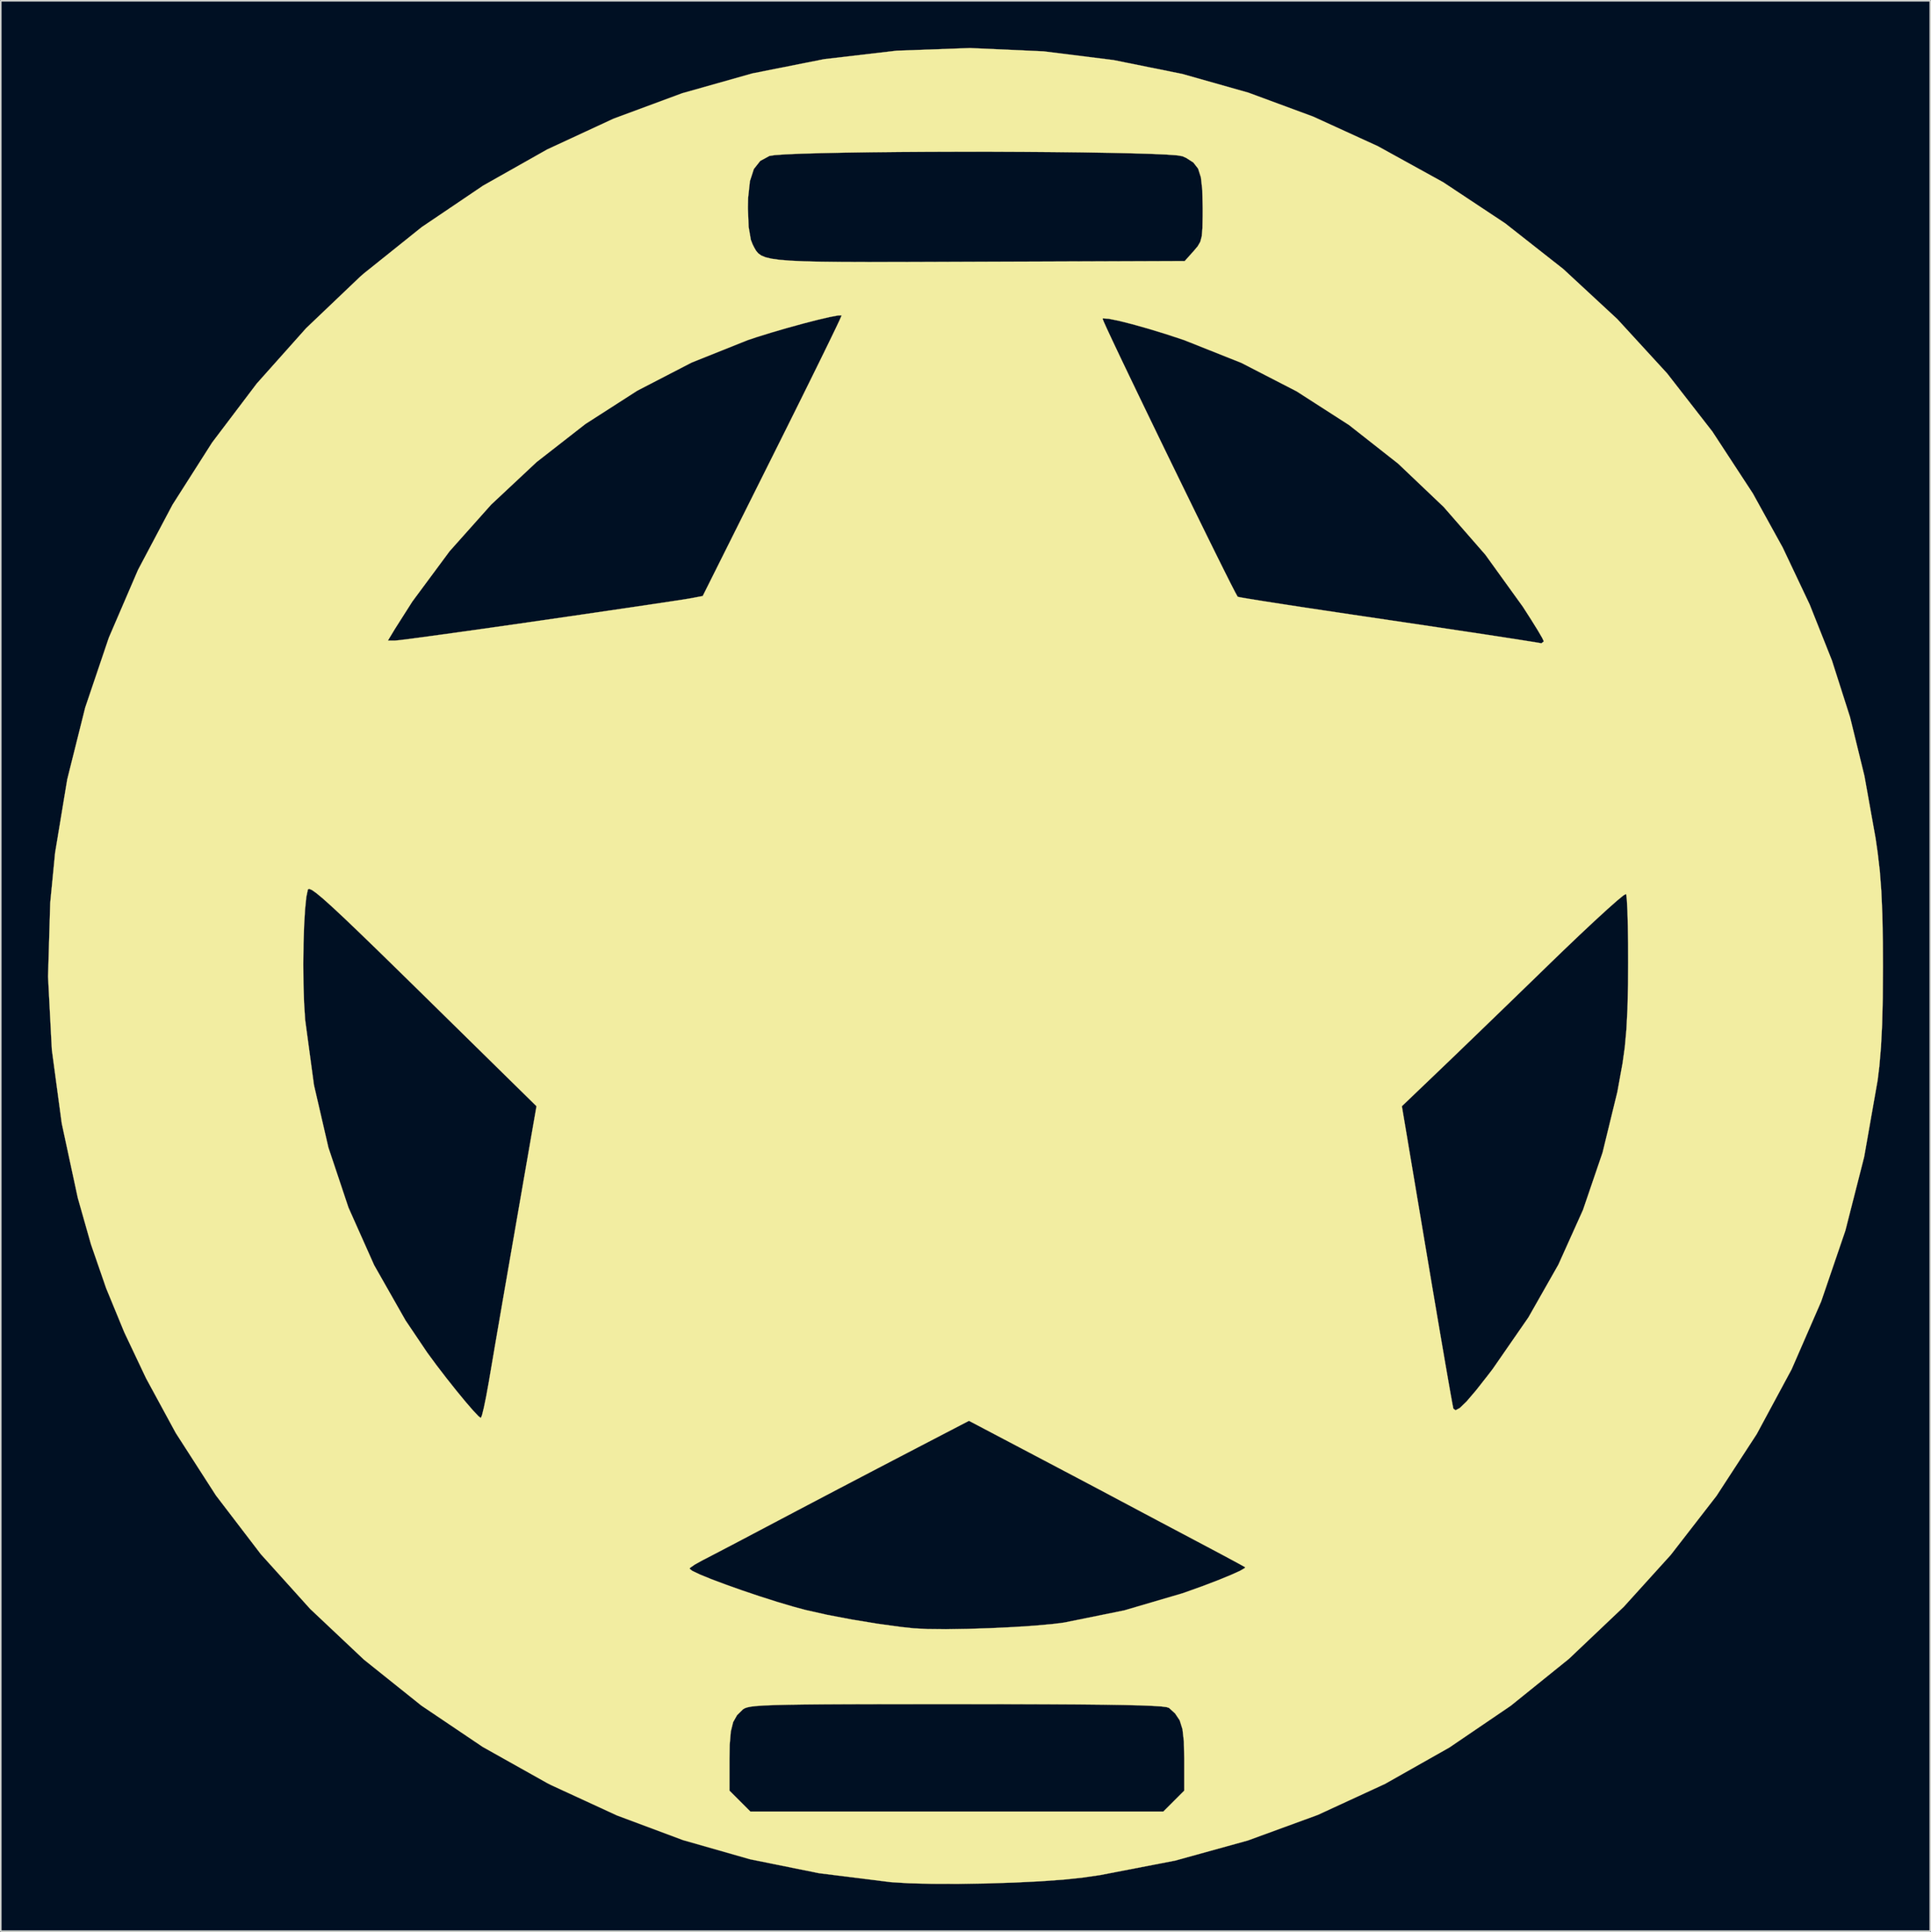
<source format=kicad_pcb>
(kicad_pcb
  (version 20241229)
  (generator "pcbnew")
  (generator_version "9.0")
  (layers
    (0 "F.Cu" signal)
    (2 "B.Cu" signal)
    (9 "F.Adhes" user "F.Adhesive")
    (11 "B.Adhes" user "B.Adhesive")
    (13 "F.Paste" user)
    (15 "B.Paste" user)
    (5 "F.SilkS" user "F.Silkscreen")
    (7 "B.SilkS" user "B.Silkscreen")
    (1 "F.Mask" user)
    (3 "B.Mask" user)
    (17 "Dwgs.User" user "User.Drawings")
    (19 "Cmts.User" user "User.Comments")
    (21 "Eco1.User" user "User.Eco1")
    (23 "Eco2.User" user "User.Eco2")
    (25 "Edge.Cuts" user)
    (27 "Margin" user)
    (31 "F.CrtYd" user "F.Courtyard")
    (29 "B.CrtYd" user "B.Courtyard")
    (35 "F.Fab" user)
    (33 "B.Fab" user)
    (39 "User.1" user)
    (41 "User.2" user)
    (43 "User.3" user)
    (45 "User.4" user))
  (footprint "PCB_Shape_01_130dpi"
    (layer "F.Cu")
    (at 58.378 58.386)
    (property "Reference" "PCB_Shape_01_130dpi" (at 0 0 0) (layer "F.SilkS") (effects (font (size 1.524 1.524) (thickness 0.3))))
    (attr through_hole)
    (fp_poly (pts (xy 4.93 -58.172) (xy 9.378 -57.617) (xy 13.747 -56.735) (xy 17.952 -55.545) (xy 22.073 -54.022) (xy 26.182 -52.143) (xy 30.342 -49.848) (xy 34.277 -47.24) (xy 37.971 -44.336) (xy 41.409 -41.151) (xy 44.575 -37.7) (xy 47.454 -34) (xy 50.028 -30.065) (xy 51.929 -26.621) (xy 53.641 -23.005) (xy 55.057 -19.446) (xy 56.207 -15.847) (xy 57.122 -12.11) (xy 57.833 -8.139) (xy 57.964 -7.229) (xy 58.099 -6.073) (xy 58.197 -4.788) (xy 58.261 -3.305) (xy 58.295 -1.554) (xy 58.302 0) (xy 58.289 2.001) (xy 58.248 3.682) (xy 58.176 5.111) (xy 58.07 6.359) (xy 57.964 7.229) (xy 57.105 12.116) (xy 55.908 16.807) (xy 54.371 21.306) (xy 52.494 25.614) (xy 50.275 29.733) (xy 47.714 33.666) (xy 44.809 37.414) (xy 41.822 40.712) (xy 38.333 44.023) (xy 34.633 47.007) (xy 30.732 49.659) (xy 26.639 51.973) (xy 22.362 53.946) (xy 17.912 55.573) (xy 13.296 56.85) (xy 8.524 57.771) (xy 7.425 57.93) (xy 6.224 58.058) (xy 4.734 58.165) (xy 3.054 58.247) (xy 1.278 58.303) (xy -0.494 58.331) (xy -2.166 58.327) (xy -3.64 58.29) (xy -4.787 58.22) (xy -9.351 57.651) (xy -13.733 56.766) (xy -17.995 55.548) (xy -22.195 53.98) (xy -26.395 52.044) (xy -26.621 51.929) (xy -29.319 50.416) (xy -15.045 50.416) (xy -15.045 52.402) (xy -13.716 53.731) (xy 12.544 53.731) (xy 13.208 53.066) (xy 13.872 52.402) (xy 13.872 50.375) (xy 13.849 49.285) (xy 13.761 48.499) (xy 13.583 47.931) (xy 13.289 47.494) (xy 12.904 47.143) (xy 12.749 47.093) (xy 12.405 47.05) (xy 11.848 47.014) (xy 11.059 46.983) (xy 10.015 46.958) (xy 8.694 46.938) (xy 7.075 46.923) (xy 5.136 46.913) (xy 2.856 46.906) (xy 0.213 46.903) (xy -0.586 46.903) (xy -3.189 46.903) (xy -5.429 46.905) (xy -7.334 46.909) (xy -8.933 46.916) (xy -10.254 46.927) (xy -11.325 46.942) (xy -12.174 46.963) (xy -12.829 46.989) (xy -13.318 47.021) (xy -13.67 47.061) (xy -13.912 47.109) (xy -14.074 47.165) (xy -14.182 47.231) (xy -14.191 47.239) (xy -14.562 47.604) (xy -14.81 48.045) (xy -14.959 48.644) (xy -15.03 49.481) (xy -15.045 50.416) (xy -29.319 50.416) (xy -30.739 49.619) (xy -34.636 46.993) (xy -38.295 44.065) (xy -41.703 40.852) (xy -44.011 38.291) (xy -17.585 38.291) (xy -17.408 38.431) (xy -16.921 38.662) (xy -16.186 38.962) (xy -15.267 39.307) (xy -14.226 39.676) (xy -13.128 40.046) (xy -12.034 40.395) (xy -11.009 40.7) (xy -10.206 40.916) (xy -8.852 41.221) (xy -7.275 41.521) (xy -5.639 41.79) (xy -4.112 41.999) (xy -3.322 42.083) (xy -2.446 42.128) (xy -1.278 42.139) (xy 0.083 42.119) (xy 1.54 42.072) (xy 2.997 42.003) (xy 4.354 41.914) (xy 5.516 41.809) (xy 6.252 41.715) (xy 10.055 40.944) (xy 13.755 39.858) (xy 13.985 39.778) (xy 15.066 39.39) (xy 16.037 39.019) (xy 16.841 38.689) (xy 17.423 38.426) (xy 17.723 38.251) (xy 17.747 38.202) (xy 17.562 38.095) (xy 17.086 37.836) (xy 16.375 37.454) (xy 15.483 36.979) (xy 14.465 36.44) (xy 14.458 36.436) (xy 13.321 35.834) (xy 12.195 35.238) (xy 11.169 34.693) (xy 10.331 34.248) (xy 9.867 34.001) (xy 9.294 33.696) (xy 8.446 33.246) (xy 7.393 32.689) (xy 6.204 32.062) (xy 4.951 31.401) (xy 4.342 31.08) (xy 0.184 28.891) (xy -3.083 30.59) (xy -5.588 31.896) (xy -8.096 33.208) (xy -10.719 34.586) (xy -13.572 36.091) (xy -13.579 36.095) (xy -14.529 36.596) (xy -15.433 37.069) (xy -16.193 37.466) (xy -16.716 37.736) (xy -16.754 37.756) (xy -17.24 38.024) (xy -17.539 38.231) (xy -17.585 38.291) (xy -44.011 38.291) (xy -44.842 37.37) (xy -47.698 33.634) (xy -50.254 29.661) (xy -52.143 26.182) (xy -53.529 23.255) (xy -54.678 20.463) (xy -55.642 17.675) (xy -56.47 14.759) (xy -56.49 14.68) (xy -57.502 9.981) (xy -58.13 5.311) (xy -58.373 0.646) (xy -58.349 -0.15) (xy -42.143 -0.15) (xy -42.132 1.117) (xy -42.094 2.311) (xy -42.028 3.353) (xy -42.022 3.419) (xy -41.465 7.543) (xy -40.547 11.515) (xy -39.271 15.334) (xy -37.636 18.999) (xy -35.642 22.508) (xy -34.262 24.555) (xy -33.682 25.343) (xy -33.051 26.165) (xy -32.417 26.963) (xy -31.83 27.676) (xy -31.339 28.244) (xy -30.993 28.607) (xy -30.853 28.71) (xy -30.779 28.534) (xy -30.659 28.043) (xy -30.509 27.309) (xy -30.344 26.403) (xy -30.315 26.23) (xy -30.183 25.453) (xy -30.049 24.668) (xy -29.907 23.833) (xy -29.747 22.905) (xy -29.563 21.839) (xy -29.348 20.594) (xy -29.093 19.126) (xy -28.792 17.391) (xy -28.437 15.348) (xy -28.13 13.579) (xy -27.315 8.89) (xy 27.711 8.89) (xy 29.303 18.366) (xy 29.62 20.248) (xy 29.92 22.016) (xy 30.195 23.632) (xy 30.44 25.059) (xy 30.648 26.259) (xy 30.812 27.192) (xy 30.926 27.82) (xy 30.983 28.106) (xy 30.986 28.116) (xy 31.124 28.221) (xy 31.4 28.072) (xy 31.831 27.653) (xy 32.435 26.946) (xy 33.229 25.934) (xy 33.492 25.588) (xy 35.756 22.318) (xy 37.661 18.965) (xy 39.227 15.486) (xy 40.472 11.837) (xy 41.414 7.975) (xy 41.744 6.155) (xy 41.887 5.126) (xy 41.989 3.999) (xy 42.056 2.695) (xy 42.092 1.137) (xy 42.1 -0.228) (xy 42.096 -1.477) (xy 42.079 -2.594) (xy 42.053 -3.519) (xy 42.019 -4.193) (xy 41.98 -4.558) (xy 41.963 -4.604) (xy 41.794 -4.507) (xy 41.381 -4.167) (xy 40.757 -3.614) (xy 39.955 -2.879) (xy 39.01 -1.993) (xy 37.956 -0.987) (xy 37.217 -0.273) (xy 35.964 0.944) (xy 34.673 2.195) (xy 33.404 3.423) (xy 32.218 4.568) (xy 31.176 5.573) (xy 30.337 6.378) (xy 30.163 6.545) (xy 27.711 8.89) (xy -27.315 8.89) (xy -34.514 1.818) (xy -36.147 0.217) (xy -37.523 -1.126) (xy -38.666 -2.231) (xy -39.594 -3.118) (xy -40.33 -3.803) (xy -40.893 -4.308) (xy -41.306 -4.651) (xy -41.588 -4.851) (xy -41.76 -4.926) (xy -41.844 -4.897) (xy -41.852 -4.881) (xy -41.951 -4.406) (xy -42.031 -3.618) (xy -42.091 -2.595) (xy -42.129 -1.413) (xy -42.143 -0.15) (xy -58.349 -0.15) (xy -58.234 -4.036) (xy -57.925 -7.216) (xy -57.152 -11.889) (xy -56.008 -16.46) (xy -54.57 -20.711) (xy -36.764 -20.711) (xy -36.317 -20.711) (xy -36.036 -20.738) (xy -35.409 -20.816) (xy -34.478 -20.94) (xy -33.283 -21.103) (xy -31.865 -21.3) (xy -30.266 -21.525) (xy -28.526 -21.773) (xy -27.069 -21.983) (xy -25.233 -22.249) (xy -23.492 -22.503) (xy -21.891 -22.738) (xy -20.472 -22.947) (xy -19.279 -23.125) (xy -18.354 -23.265) (xy -17.74 -23.361) (xy -17.507 -23.4) (xy -16.745 -23.544) (xy -12.303 -32.434) (xy -11.441 -34.161) (xy -10.636 -35.78) (xy -9.905 -37.258) (xy -9.263 -38.561) (xy -8.728 -39.656) (xy -8.314 -40.511) (xy -8.039 -41.092) (xy -8.001 -41.178) (xy 8.679 -41.178) (xy 8.749 -40.996) (xy 8.971 -40.504) (xy 9.327 -39.743) (xy 9.796 -38.752) (xy 10.36 -37.574) (xy 10.997 -36.248) (xy 11.689 -34.814) (xy 12.415 -33.314) (xy 13.157 -31.788) (xy 13.894 -30.277) (xy 14.606 -28.821) (xy 15.274 -27.46) (xy 15.878 -26.236) (xy 16.399 -25.188) (xy 16.816 -24.358) (xy 17.111 -23.786) (xy 17.262 -23.512) (xy 17.274 -23.496) (xy 17.476 -23.454) (xy 18.024 -23.361) (xy 18.876 -23.224) (xy 19.992 -23.05) (xy 21.33 -22.845) (xy 22.85 -22.616) (xy 24.511 -22.368) (xy 25.231 -22.261) (xy 27.828 -21.877) (xy 30.064 -21.544) (xy 31.96 -21.259) (xy 33.541 -21.02) (xy 34.831 -20.821) (xy 35.853 -20.66) (xy 36.586 -20.54) (xy 36.731 -20.656) (xy 36.732 -20.672) (xy 36.631 -20.887) (xy 36.355 -21.359) (xy 35.944 -22.021) (xy 35.442 -22.804) (xy 35.399 -22.87) (xy 33.018 -26.172) (xy 30.369 -29.207) (xy 27.473 -31.961) (xy 24.351 -34.415) (xy 21.022 -36.555) (xy 17.508 -38.365) (xy 13.864 -39.815) (xy 12.714 -40.195) (xy 11.596 -40.536) (xy 10.575 -40.824) (xy 9.713 -41.041) (xy 9.074 -41.17) (xy 8.721 -41.195) (xy 8.679 -41.178) (xy -8.001 -41.178) (xy -7.918 -41.366) (xy -7.914 -41.384) (xy -8.136 -41.382) (xy -8.661 -41.284) (xy -9.417 -41.108) (xy -10.332 -40.873) (xy -11.336 -40.597) (xy -12.357 -40.3) (xy -13.323 -40) (xy -13.872 -39.817) (xy -17.455 -38.384) (xy -20.907 -36.598) (xy -24.202 -34.482) (xy -27.308 -32.06) (xy -30.197 -29.356) (xy -32.839 -26.394) (xy -35.206 -23.199) (xy -36.323 -21.443) (xy -36.764 -20.711) (xy -54.57 -20.711) (xy -54.503 -20.907) (xy -52.65 -25.21) (xy -50.458 -29.348) (xy -47.94 -33.301) (xy -45.105 -37.048) (xy -41.965 -40.569) (xy -38.531 -43.842) (xy -38.295 -44.048) (xy -34.601 -47.006) (xy -32.83 -48.201) (xy -13.872 -48.201) (xy -13.826 -47.011) (xy -13.685 -46.19) (xy -13.577 -45.911) (xy -13.464 -45.688) (xy -13.353 -45.496) (xy -13.216 -45.332) (xy -13.026 -45.195) (xy -12.755 -45.081) (xy -12.374 -44.99) (xy -11.855 -44.918) (xy -11.172 -44.864) (xy -10.296 -44.825) (xy -9.199 -44.799) (xy -7.853 -44.785) (xy -6.23 -44.78) (xy -4.304 -44.781) (xy -2.044 -44.788) (xy 0.575 -44.797) (xy 0.846 -44.798) (xy 13.904 -44.841) (xy 14.475 -45.479) (xy 14.727 -45.778) (xy 14.891 -46.06) (xy 14.986 -46.414) (xy 15.03 -46.931) (xy 15.044 -47.703) (xy 15.045 -48.22) (xy 15.022 -49.345) (xy 14.934 -50.152) (xy 14.754 -50.715) (xy 14.452 -51.105) (xy 14.002 -51.394) (xy 13.755 -51.504) (xy 13.427 -51.56) (xy 12.749 -51.609) (xy 11.763 -51.653) (xy 10.509 -51.69) (xy 9.028 -51.722) (xy 7.362 -51.748) (xy 5.551 -51.767) (xy 3.637 -51.78) (xy 1.661 -51.788) (xy -0.337 -51.789) (xy -2.316 -51.784) (xy -4.233 -51.773) (xy -6.049 -51.756) (xy -7.722 -51.732) (xy -9.212 -51.702) (xy -10.476 -51.666) (xy -11.475 -51.623) (xy -12.167 -51.575) (xy -12.505 -51.522) (xy -13.087 -51.207) (xy -13.494 -50.691) (xy -13.744 -49.923) (xy -13.859 -48.855) (xy -13.872 -48.201) (xy -32.83 -48.201) (xy -30.706 -49.637) (xy -26.635 -51.935) (xy -22.409 -53.894) (xy -18.051 -55.508) (xy -13.584 -56.77) (xy -9.029 -57.674) (xy -4.411 -58.213) (xy 0.25 -58.381) (xy 4.93 -58.172)) (stroke (width 0.01) (type solid)) (fill yes) (layer "F.SilkS")))
  (gr_rect
    (start -3 -3)
    (end 119.685 119.722)
    (stroke (width 0.1) (type default))
    (fill no)
    (layer "Edge.Cuts")))
</source>
